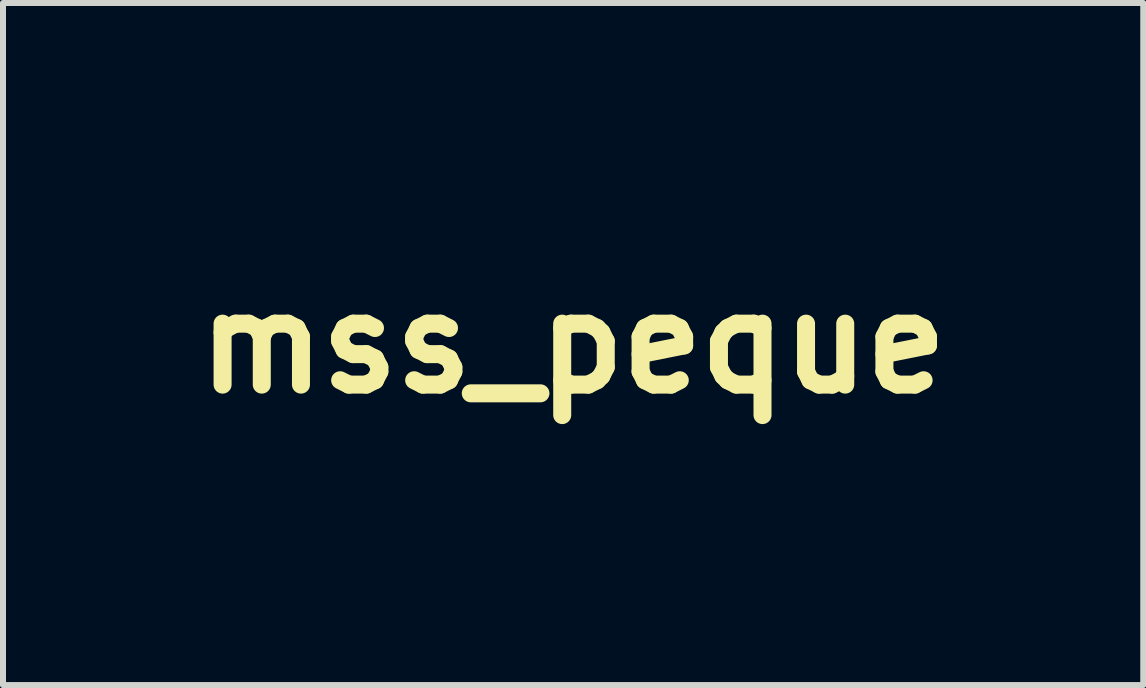
<source format=kicad_pcb>
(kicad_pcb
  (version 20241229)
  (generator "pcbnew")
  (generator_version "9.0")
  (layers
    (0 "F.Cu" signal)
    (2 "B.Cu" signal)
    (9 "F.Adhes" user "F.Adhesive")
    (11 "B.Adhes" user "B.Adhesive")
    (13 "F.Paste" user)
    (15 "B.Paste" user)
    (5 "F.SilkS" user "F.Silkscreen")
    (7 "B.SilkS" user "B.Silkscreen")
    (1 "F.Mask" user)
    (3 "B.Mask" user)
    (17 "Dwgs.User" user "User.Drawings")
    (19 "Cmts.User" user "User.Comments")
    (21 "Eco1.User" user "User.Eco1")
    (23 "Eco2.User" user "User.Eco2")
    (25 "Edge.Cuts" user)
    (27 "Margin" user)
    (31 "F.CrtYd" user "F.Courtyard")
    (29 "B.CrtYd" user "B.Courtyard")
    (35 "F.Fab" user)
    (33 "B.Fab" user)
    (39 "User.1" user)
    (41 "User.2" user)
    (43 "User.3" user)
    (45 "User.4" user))
  (footprint "mss_peque"
    (layer "F.Cu")
    (at 6.502 2.671)
    (property "Reference" "mss_peque" (at 0 0 0) (layer "F.SilkS") (effects (font (size 1.524 1.524) (thickness 0.3))))
    (attr through_hole)
    (fp_poly (pts (xy -0.517 -2.665) (xy -0.413 -2.644) (xy -0.371 -2.628) (xy -0.309 -2.591) (xy -0.228 -2.527) (xy -0.135 -2.444) (xy -0.039 -2.35) (xy 0.053 -2.253) (xy 0.133 -2.161) (xy 0.193 -2.083) (xy 0.225 -2.025) (xy 0.229 -2.009) (xy 0.246 -1.982) (xy 0.254 -1.981) (xy 0.278 -1.961) (xy 0.279 -1.951) (xy 0.29 -1.917) (xy 0.319 -1.851) (xy 0.359 -1.763) (xy 0.406 -1.666) (xy 0.453 -1.572) (xy 0.495 -1.492) (xy 0.525 -1.438) (xy 0.536 -1.422) (xy 0.555 -1.391) (xy 0.571 -1.348) (xy 0.594 -1.29) (xy 0.612 -1.259) (xy 0.641 -1.223) (xy 0.687 -1.166) (xy 0.7 -1.149) (xy 0.774 -1.083) (xy 0.845 -1.064) (xy 0.91 -1.093) (xy 0.951 -1.149) (xy 0.989 -1.22) (xy 1.023 -1.28) (xy 1.024 -1.283) (xy 1.052 -1.331) (xy 1.096 -1.406) (xy 1.139 -1.48) (xy 1.187 -1.554) (xy 1.23 -1.607) (xy 1.259 -1.626) (xy 1.292 -1.645) (xy 1.295 -1.661) (xy 1.318 -1.698) (xy 1.378 -1.734) (xy 1.459 -1.762) (xy 1.548 -1.777) (xy 1.575 -1.778) (xy 1.681 -1.763) (xy 1.79 -1.715) (xy 1.904 -1.633) (xy 2.028 -1.513) (xy 2.163 -1.353) (xy 2.313 -1.15) (xy 2.396 -1.029) (xy 2.459 -0.931) (xy 2.51 -0.838) (xy 2.544 -0.766) (xy 2.551 -0.743) (xy 2.568 -0.687) (xy 2.585 -0.661) (xy 2.587 -0.66) (xy 2.604 -0.639) (xy 2.627 -0.583) (xy 2.637 -0.552) (xy 2.667 -0.465) (xy 2.698 -0.383) (xy 2.704 -0.368) (xy 2.732 -0.298) (xy 2.766 -0.208) (xy 2.781 -0.165) (xy 2.815 -0.073) (xy 2.848 0.014) (xy 2.861 0.044) (xy 2.895 0.126) (xy 2.932 0.214) (xy 2.935 0.222) (xy 2.966 0.295) (xy 2.994 0.354) (xy 2.998 0.362) (xy 3.019 0.412) (xy 3.023 0.433) (xy 3.033 0.471) (xy 3.058 0.539) (xy 3.092 0.621) (xy 3.129 0.699) (xy 3.155 0.749) (xy 3.181 0.798) (xy 3.221 0.875) (xy 3.261 0.953) (xy 3.303 1.031) (xy 3.338 1.089) (xy 3.358 1.113) (xy 3.378 1.142) (xy 3.378 1.145) (xy 3.392 1.175) (xy 3.43 1.235) (xy 3.483 1.313) (xy 3.544 1.398) (xy 3.606 1.48) (xy 3.66 1.547) (xy 3.661 1.549) (xy 3.709 1.613) (xy 3.741 1.669) (xy 3.769 1.713) (xy 3.789 1.727) (xy 3.808 1.748) (xy 3.81 1.763) (xy 3.823 1.801) (xy 3.832 1.808) (xy 3.854 1.83) (xy 3.896 1.885) (xy 3.952 1.961) (xy 4.014 2.048) (xy 4.074 2.135) (xy 4.126 2.213) (xy 4.153 2.256) (xy 4.18 2.298) (xy 4.191 2.311) (xy 4.211 2.337) (xy 4.251 2.394) (xy 4.305 2.472) (xy 4.326 2.502) (xy 4.447 2.68) (xy 4.211 2.687) (xy 4.091 2.688) (xy 4.008 2.683) (xy 3.969 2.671) (xy 3.967 2.668) (xy 3.938 2.649) (xy 3.886 2.642) (xy 3.82 2.63) (xy 3.779 2.607) (xy 3.725 2.569) (xy 3.695 2.555) (xy 3.653 2.527) (xy 3.597 2.47) (xy 3.556 2.419) (xy 3.506 2.352) (xy 3.469 2.303) (xy 3.454 2.286) (xy 3.433 2.259) (xy 3.396 2.205) (xy 3.378 2.178) (xy 3.336 2.121) (xy 3.304 2.087) (xy 3.296 2.083) (xy 3.278 2.062) (xy 3.277 2.048) (xy 3.261 2.009) (xy 3.221 1.953) (xy 3.207 1.936) (xy 3.137 1.857) (xy 3.096 1.806) (xy 3.077 1.775) (xy 3.073 1.759) (xy 3.058 1.729) (xy 3.018 1.679) (xy 2.997 1.655) (xy 2.95 1.596) (xy 2.924 1.547) (xy 2.921 1.535) (xy 2.902 1.502) (xy 2.887 1.499) (xy 2.855 1.478) (xy 2.817 1.426) (xy 2.804 1.403) (xy 2.77 1.341) (xy 2.743 1.3) (xy 2.738 1.295) (xy 2.718 1.265) (xy 2.687 1.205) (xy 2.667 1.162) (xy 2.633 1.091) (xy 2.602 1.041) (xy 2.59 1.028) (xy 2.571 0.994) (xy 2.565 0.953) (xy 2.558 0.903) (xy 2.546 0.885) (xy 2.526 0.858) (xy 2.491 0.794) (xy 2.443 0.702) (xy 2.389 0.59) (xy 2.333 0.467) (xy 2.326 0.452) (xy 2.295 0.389) (xy 2.267 0.348) (xy 2.262 0.344) (xy 2.241 0.311) (xy 2.222 0.254) (xy 2.205 0.201) (xy 2.187 0.178) (xy 2.187 0.178) (xy 2.17 0.156) (xy 2.143 0.098) (xy 2.111 0.016) (xy 2.11 0.012) (xy 2.078 -0.072) (xy 2.049 -0.137) (xy 2.029 -0.167) (xy 2.029 -0.167) (xy 2.013 -0.2) (xy 2.007 -0.256) (xy 2.001 -0.308) (xy 1.988 -0.33) (xy 1.968 -0.352) (xy 1.939 -0.408) (xy 1.907 -0.484) (xy 1.879 -0.566) (xy 1.865 -0.616) (xy 1.847 -0.666) (xy 1.828 -0.686) (xy 1.808 -0.708) (xy 1.781 -0.763) (xy 1.763 -0.806) (xy 1.734 -0.88) (xy 1.709 -0.934) (xy 1.7 -0.949) (xy 1.659 -0.962) (xy 1.592 -0.948) (xy 1.516 -0.912) (xy 1.456 -0.869) (xy 1.28 -0.72) (xy 1.136 -0.604) (xy 1.02 -0.518) (xy 0.928 -0.458) (xy 0.856 -0.422) (xy 0.8 -0.407) (xy 0.786 -0.406) (xy 0.72 -0.427) (xy 0.641 -0.483) (xy 0.561 -0.564) (xy 0.491 -0.66) (xy 0.488 -0.667) (xy 0.453 -0.715) (xy 0.427 -0.737) (xy 0.426 -0.737) (xy 0.408 -0.757) (xy 0.406 -0.77) (xy 0.391 -0.809) (xy 0.353 -0.866) (xy 0.338 -0.885) (xy 0.239 -1.022) (xy 0.188 -1.124) (xy 0.164 -1.161) (xy 0.149 -1.168) (xy 0.124 -1.189) (xy 0.102 -1.232) (xy 0.075 -1.279) (xy 0.051 -1.295) (xy 0.027 -1.315) (xy 0.025 -1.324) (xy 0.01 -1.361) (xy -0.025 -1.406) (xy -0.07 -1.455) (xy -0.133 -1.524) (xy -0.177 -1.572) (xy -0.232 -1.635) (xy -0.269 -1.684) (xy -0.279 -1.705) (xy -0.295 -1.726) (xy -0.335 -1.714) (xy -0.393 -1.676) (xy -0.46 -1.617) (xy -0.529 -1.543) (xy -0.585 -1.47) (xy -0.626 -1.413) (xy -0.656 -1.376) (xy -0.661 -1.372) (xy -0.676 -1.353) (xy -0.71 -1.304) (xy -0.763 -1.224) (xy -0.838 -1.109) (xy -0.937 -0.957) (xy -1.055 -0.775) (xy -1.121 -0.671) (xy -1.163 -0.6) (xy -1.185 -0.559) (xy -1.21 -0.518) (xy -1.22 -0.508) (xy -1.241 -0.476) (xy -1.257 -0.435) (xy -1.265 -0.393) (xy -1.246 -0.383) (xy -1.203 -0.391) (xy -1.155 -0.398) (xy -1.066 -0.405) (xy -0.945 -0.412) (xy -0.801 -0.418) (xy -0.65 -0.424) (xy -0.478 -0.429) (xy -0.35 -0.431) (xy -0.256 -0.43) (xy -0.19 -0.425) (xy -0.143 -0.416) (xy -0.107 -0.404) (xy -0.091 -0.395) (xy -0.025 -0.341) (xy 0.048 -0.257) (xy 0.117 -0.156) (xy 0.173 -0.053) (xy 0.208 0.037) (xy 0.213 0.075) (xy 0.216 0.165) (xy -0.682 0.169) (xy -0.92 0.171) (xy -1.112 0.172) (xy -1.264 0.174) (xy -1.38 0.177) (xy -1.466 0.181) (xy -1.526 0.186) (xy -1.567 0.193) (xy -1.592 0.202) (xy -1.607 0.213) (xy -1.613 0.22) (xy -1.654 0.274) (xy -1.699 0.328) (xy -1.737 0.38) (xy -1.753 0.421) (xy -1.753 0.421) (xy -1.772 0.458) (xy -1.782 0.463) (xy -1.801 0.487) (xy -1.797 0.498) (xy -1.766 0.508) (xy -1.693 0.514) (xy -1.589 0.515) (xy -1.532 0.514) (xy -1.448 0.511) (xy -1.321 0.508) (xy -1.159 0.505) (xy -0.969 0.501) (xy -0.759 0.497) (xy -0.536 0.493) (xy -0.339 0.49) (xy 0.604 0.476) (xy 0.724 0.6) (xy 0.799 0.683) (xy 0.873 0.775) (xy 0.939 0.865) (xy 0.988 0.942) (xy 1.014 0.995) (xy 1.016 1.006) (xy 0.994 1.029) (xy 0.937 1.055) (xy 0.9 1.067) (xy 0.851 1.078) (xy 0.787 1.084) (xy 0.7 1.088) (xy 0.585 1.088) (xy 0.435 1.085) (xy 0.243 1.078) (xy 0.13 1.074) (xy -0.141 1.066) (xy -0.395 1.063) (xy -0.624 1.065) (xy -0.823 1.071) (xy -0.986 1.083) (xy -1.106 1.099) (xy -1.13 1.104) (xy -1.182 1.132) (xy -1.259 1.195) (xy -1.355 1.287) (xy -1.465 1.402) (xy -1.524 1.469) (xy -1.638 1.6) (xy -2.175 1.6) (xy -2.712 1.6) (xy -2.889 1.797) (xy -2.974 1.893) (xy -3.058 1.986) (xy -3.126 2.064) (xy -3.152 2.094) (xy -3.265 2.219) (xy -3.385 2.341) (xy -3.502 2.452) (xy -3.61 2.545) (xy -3.699 2.613) (xy -3.754 2.645) (xy -3.814 2.666) (xy -3.883 2.68) (xy -3.974 2.688) (xy -4.098 2.692) (xy -4.193 2.692) (xy -4.521 2.692) (xy -4.521 2.616) (xy -4.514 2.563) (xy -4.496 2.54) (xy -4.496 2.54) (xy -4.472 2.52) (xy -4.47 2.506) (xy -4.453 2.466) (xy -4.413 2.418) (xy -4.341 2.346) (xy -4.283 2.282) (xy -4.248 2.235) (xy -4.242 2.22) (xy -4.225 2.193) (xy -4.184 2.149) (xy -4.178 2.144) (xy -4.135 2.099) (xy -4.115 2.066) (xy -4.115 2.064) (xy -4.099 2.036) (xy -4.057 1.983) (xy -4 1.919) (xy -3.943 1.854) (xy -3.901 1.805) (xy -3.886 1.783) (xy -3.87 1.759) (xy -3.829 1.718) (xy -3.823 1.712) (xy -3.78 1.669) (xy -3.759 1.641) (xy -3.759 1.64) (xy -3.744 1.613) (xy -3.715 1.579) (xy -3.614 1.472) (xy -3.539 1.385) (xy -3.493 1.324) (xy -3.48 1.297) (xy -3.464 1.271) (xy -3.459 1.27) (xy -3.435 1.251) (xy -3.391 1.201) (xy -3.338 1.131) (xy -3.285 1.061) (xy -3.243 1.01) (xy -3.219 0.991) (xy -3.201 0.971) (xy -3.2 0.963) (xy -3.185 0.925) (xy -3.149 0.872) (xy -3.143 0.866) (xy -3.086 0.794) (xy -3.035 0.726) (xy -2.98 0.652) (xy -2.912 0.564) (xy -2.839 0.474) (xy -2.77 0.391) (xy -2.714 0.327) (xy -2.68 0.291) (xy -2.678 0.289) (xy -2.647 0.256) (xy -2.642 0.242) (xy -2.626 0.213) (xy -2.587 0.162) (xy -2.565 0.136) (xy -2.519 0.078) (xy -2.492 0.035) (xy -2.489 0.025) (xy -2.469 0.002) (xy -2.454 0) (xy -2.417 -0.021) (xy -2.403 -0.044) (xy -2.379 -0.093) (xy -2.334 -0.163) (xy -2.281 -0.239) (xy -2.239 -0.294) (xy -2.21 -0.337) (xy -2.188 -0.374) (xy -2.15 -0.433) (xy -2.124 -0.463) (xy -2.091 -0.507) (xy -2.05 -0.575) (xy -2.034 -0.605) (xy -1.998 -0.668) (xy -1.966 -0.706) (xy -1.955 -0.711) (xy -1.935 -0.733) (xy -1.93 -0.763) (xy -1.913 -0.816) (xy -1.871 -0.874) (xy -1.867 -0.879) (xy -1.824 -0.931) (xy -1.804 -0.974) (xy -1.803 -0.977) (xy -1.787 -1.024) (xy -1.769 -1.047) (xy -1.734 -1.099) (xy -1.714 -1.144) (xy -1.693 -1.196) (xy -1.676 -1.219) (xy -1.654 -1.249) (xy -1.613 -1.317) (xy -1.558 -1.416) (xy -1.492 -1.54) (xy -1.419 -1.681) (xy -1.415 -1.689) (xy -1.373 -1.768) (xy -1.339 -1.828) (xy -1.321 -1.854) (xy -1.299 -1.883) (xy -1.265 -1.938) (xy -1.255 -1.956) (xy -1.221 -2.015) (xy -1.197 -2.053) (xy -1.194 -2.057) (xy -1.175 -2.083) (xy -1.135 -2.141) (xy -1.082 -2.219) (xy -1.059 -2.254) (xy -1.001 -2.337) (xy -0.953 -2.401) (xy -0.921 -2.435) (xy -0.915 -2.438) (xy -0.89 -2.459) (xy -0.876 -2.489) (xy -0.848 -2.53) (xy -0.824 -2.54) (xy -0.791 -2.555) (xy -0.787 -2.567) (xy -0.765 -2.615) (xy -0.705 -2.649) (xy -0.618 -2.666) (xy -0.517 -2.665)) (stroke (width 0.01) (type solid)) (fill yes) (layer "F.Mask")))
  (gr_rect
    (start -3 -3)
    (end 16.005 8.368)
    (stroke (width 0.1) (type default))
    (fill no)
    (layer "Edge.Cuts")))
</source>
